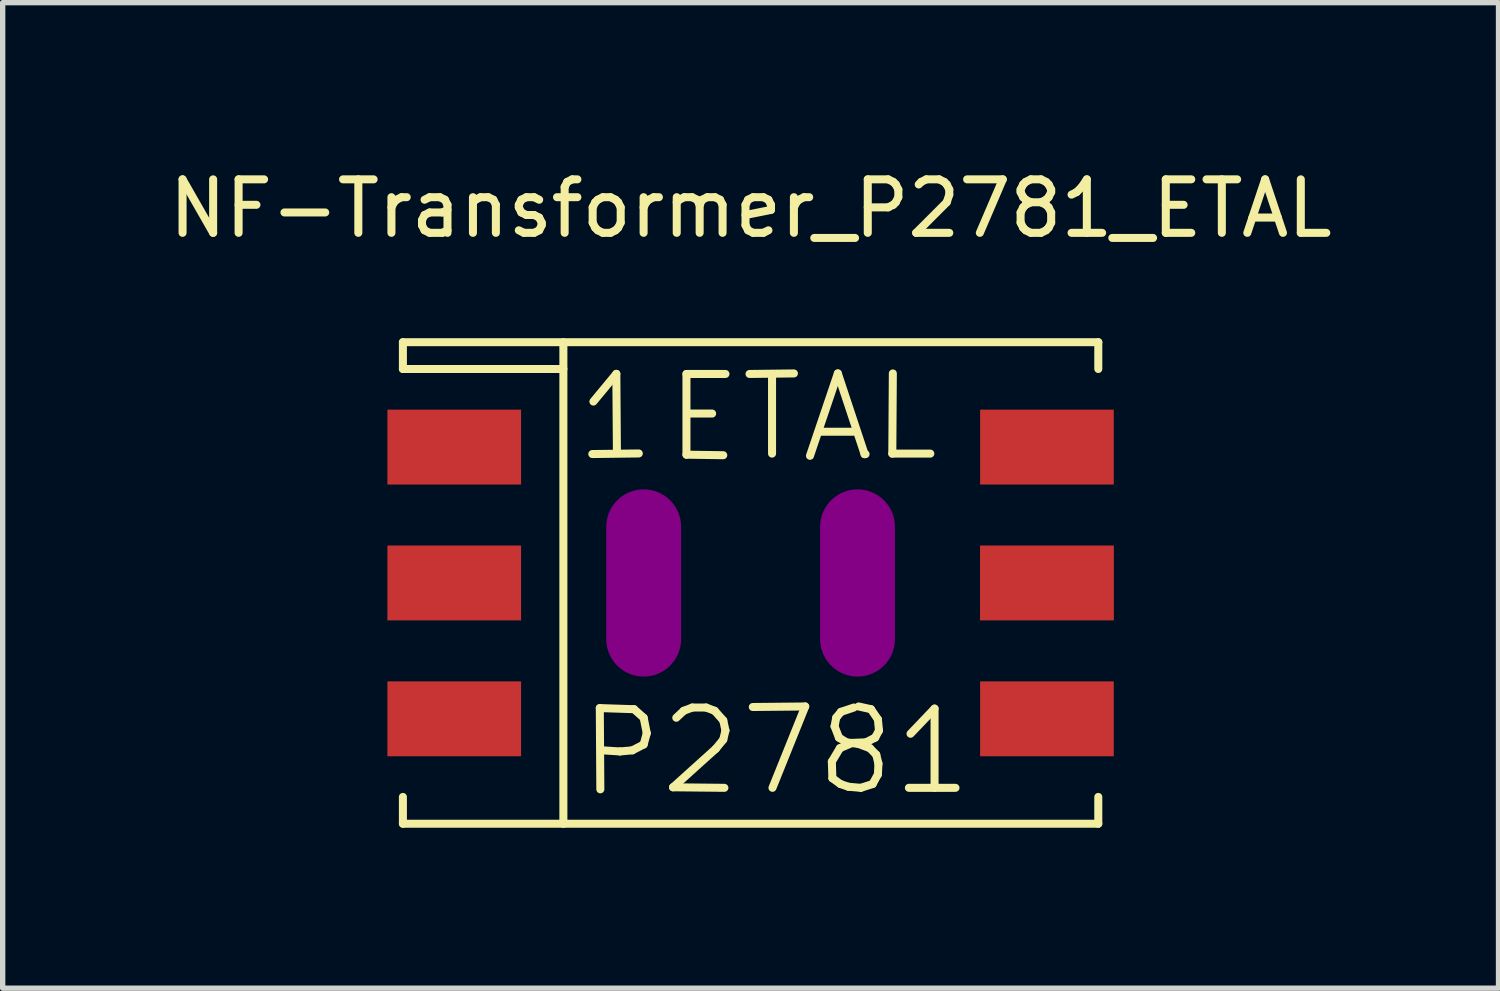
<source format=kicad_pcb>
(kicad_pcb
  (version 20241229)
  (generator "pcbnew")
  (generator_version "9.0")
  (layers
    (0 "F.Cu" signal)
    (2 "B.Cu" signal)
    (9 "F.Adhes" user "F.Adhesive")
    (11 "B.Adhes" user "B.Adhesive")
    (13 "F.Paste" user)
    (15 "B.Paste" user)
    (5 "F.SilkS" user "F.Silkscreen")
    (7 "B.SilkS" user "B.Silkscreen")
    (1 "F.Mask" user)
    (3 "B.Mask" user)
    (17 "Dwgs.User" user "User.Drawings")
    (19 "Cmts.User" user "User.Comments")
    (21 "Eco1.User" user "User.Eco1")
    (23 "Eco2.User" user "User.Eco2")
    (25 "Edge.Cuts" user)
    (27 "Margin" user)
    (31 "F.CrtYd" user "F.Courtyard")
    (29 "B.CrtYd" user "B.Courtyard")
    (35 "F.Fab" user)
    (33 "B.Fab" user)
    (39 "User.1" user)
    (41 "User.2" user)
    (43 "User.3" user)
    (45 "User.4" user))
  (footprint "NF-Transformer_P2781_ETAL"
    (layer "F.Cu")
    (at 10.982 7.848)
    (property "Reference" "NF-Transformer_P2781_ETAL" (at 0 -7 0) (layer "F.SilkS") (effects (font (size 1 1) (thickness 0.15))))
    (attr smd)
    (fp_line (start -6.5 -4.501) (end -6.5 -4) (stroke (width 0.15) (type solid)) (layer "F.SilkS"))
    (fp_line (start -6.5 -4.501) (end 6.5 -4.501) (stroke (width 0.15) (type solid)) (layer "F.SilkS"))
    (fp_line (start -6.5 -4) (end -3.5 -4) (stroke (width 0.15) (type solid)) (layer "F.SilkS"))
    (fp_line (start -6.5 4.501) (end -6.5 4) (stroke (width 0.15) (type solid)) (layer "F.SilkS"))
    (fp_line (start -3.5 -4.501) (end -3.5 4.501) (stroke (width 0.15) (type solid)) (layer "F.SilkS"))
    (fp_line (start -2.959 -2.41) (end -2.09 -2.421) (stroke (width 0.15) (type solid)) (layer "F.SilkS"))
    (fp_line (start -2.939 -3.391) (end -2.51 -3.909) (stroke (width 0.15) (type solid)) (layer "F.SilkS"))
    (fp_line (start -2.819 2.339) (end -2.179 2.36) (stroke (width 0.15) (type solid)) (layer "F.SilkS"))
    (fp_line (start -2.809 3.858) (end -2.819 2.339) (stroke (width 0.15) (type solid)) (layer "F.SilkS"))
    (fp_line (start -2.51 -3.909) (end -2.499 -2.431) (stroke (width 0.15) (type solid)) (layer "F.SilkS"))
    (fp_line (start -2.441 3.15) (end -2.771 3.129) (stroke (width 0.15) (type solid)) (layer "F.SilkS"))
    (fp_line (start -2.21 3.129) (end -2.441 3.15) (stroke (width 0.15) (type solid)) (layer "F.SilkS"))
    (fp_line (start -2.179 2.36) (end -1.999 2.52) (stroke (width 0.15) (type solid)) (layer "F.SilkS"))
    (fp_line (start -1.999 2.52) (end -1.941 2.809) (stroke (width 0.15) (type solid)) (layer "F.SilkS"))
    (fp_line (start -1.999 3.02) (end -2.21 3.129) (stroke (width 0.15) (type solid)) (layer "F.SilkS"))
    (fp_line (start -1.941 2.809) (end -1.999 3.02) (stroke (width 0.15) (type solid)) (layer "F.SilkS"))
    (fp_line (start -1.45 3.82) (end -0.49 3.83) (stroke (width 0.15) (type solid)) (layer "F.SilkS"))
    (fp_line (start -1.389 2.52) (end -1.25 2.39) (stroke (width 0.15) (type solid)) (layer "F.SilkS"))
    (fp_line (start -1.25 2.39) (end -1.09 2.329) (stroke (width 0.15) (type solid)) (layer "F.SilkS"))
    (fp_line (start -1.199 -3.907) (end -1.199 -2.398) (stroke (width 0.15) (type solid)) (layer "F.SilkS"))
    (fp_line (start -1.199 -2.398) (end -0.511 -2.388) (stroke (width 0.15) (type solid)) (layer "F.SilkS"))
    (fp_line (start -1.171 -3.167) (end -0.719 -3.167) (stroke (width 0.15) (type solid)) (layer "F.SilkS"))
    (fp_line (start -1.09 2.329) (end -0.831 2.329) (stroke (width 0.15) (type solid)) (layer "F.SilkS"))
    (fp_line (start -0.831 2.329) (end -0.671 2.39) (stroke (width 0.15) (type solid)) (layer "F.SilkS"))
    (fp_line (start -0.671 2.39) (end -0.511 2.57) (stroke (width 0.15) (type solid)) (layer "F.SilkS"))
    (fp_line (start -0.65 3.099) (end -1.45 3.82) (stroke (width 0.15) (type solid)) (layer "F.SilkS"))
    (fp_line (start -0.511 2.57) (end -0.47 2.758) (stroke (width 0.15) (type solid)) (layer "F.SilkS"))
    (fp_line (start -0.511 2.929) (end -0.65 3.099) (stroke (width 0.15) (type solid)) (layer "F.SilkS"))
    (fp_line (start -0.47 -3.907) (end -1.199 -3.907) (stroke (width 0.15) (type solid)) (layer "F.SilkS"))
    (fp_line (start -0.47 2.758) (end -0.511 2.929) (stroke (width 0.15) (type solid)) (layer "F.SilkS"))
    (fp_line (start -0.02 -3.907) (end 0.81 -3.917) (stroke (width 0.15) (type solid)) (layer "F.SilkS"))
    (fp_line (start 0.041 2.319) (end 1.021 2.309) (stroke (width 0.15) (type solid)) (layer "F.SilkS"))
    (fp_line (start 0.401 -3.886) (end 0.401 -2.418) (stroke (width 0.15) (type solid)) (layer "F.SilkS"))
    (fp_line (start 1.021 2.309) (end 0.409 3.83) (stroke (width 0.15) (type solid)) (layer "F.SilkS"))
    (fp_line (start 1.11 -2.377) (end 1.631 -3.917) (stroke (width 0.15) (type solid)) (layer "F.SilkS"))
    (fp_line (start 1.27 -2.827) (end 1.92 -2.827) (stroke (width 0.15) (type solid)) (layer "F.SilkS"))
    (fp_line (start 1.519 3.34) (end 1.529 3.65) (stroke (width 0.15) (type solid)) (layer "F.SilkS"))
    (fp_line (start 1.529 3.65) (end 1.679 3.759) (stroke (width 0.15) (type solid)) (layer "F.SilkS"))
    (fp_line (start 1.57 2.68) (end 1.6 2.52) (stroke (width 0.15) (type solid)) (layer "F.SilkS"))
    (fp_line (start 1.6 2.52) (end 1.689 2.41) (stroke (width 0.15) (type solid)) (layer "F.SilkS"))
    (fp_line (start 1.631 -3.917) (end 2.131 -2.408) (stroke (width 0.15) (type solid)) (layer "F.SilkS"))
    (fp_line (start 1.651 2.891) (end 1.57 2.68) (stroke (width 0.15) (type solid)) (layer "F.SilkS"))
    (fp_line (start 1.669 3.089) (end 1.519 3.34) (stroke (width 0.15) (type solid)) (layer "F.SilkS"))
    (fp_line (start 1.679 3.759) (end 1.829 3.81) (stroke (width 0.15) (type solid)) (layer "F.SilkS"))
    (fp_line (start 1.689 2.41) (end 1.93 2.329) (stroke (width 0.15) (type solid)) (layer "F.SilkS"))
    (fp_line (start 1.791 2.979) (end 1.651 2.891) (stroke (width 0.15) (type solid)) (layer "F.SilkS"))
    (fp_line (start 1.829 3.81) (end 2.06 3.83) (stroke (width 0.15) (type solid)) (layer "F.SilkS"))
    (fp_line (start 1.9 2.99) (end 1.669 3.089) (stroke (width 0.15) (type solid)) (layer "F.SilkS"))
    (fp_line (start 2.019 2.309) (end 2.25 2.36) (stroke (width 0.15) (type solid)) (layer "F.SilkS"))
    (fp_line (start 2.019 3.01) (end 1.791 2.979) (stroke (width 0.15) (type solid)) (layer "F.SilkS"))
    (fp_line (start 2.06 3.83) (end 2.281 3.759) (stroke (width 0.15) (type solid)) (layer "F.SilkS"))
    (fp_line (start 2.131 -2.408) (end 2.149 -2.408) (stroke (width 0.15) (type solid)) (layer "F.SilkS"))
    (fp_line (start 2.159 2.979) (end 1.9 2.99) (stroke (width 0.15) (type solid)) (layer "F.SilkS"))
    (fp_line (start 2.23 3.089) (end 2.019 3.01) (stroke (width 0.15) (type solid)) (layer "F.SilkS"))
    (fp_line (start 2.25 2.36) (end 2.38 2.55) (stroke (width 0.15) (type solid)) (layer "F.SilkS"))
    (fp_line (start 2.281 3.759) (end 2.38 3.579) (stroke (width 0.15) (type solid)) (layer "F.SilkS"))
    (fp_line (start 2.329 2.891) (end 2.159 2.979) (stroke (width 0.15) (type solid)) (layer "F.SilkS"))
    (fp_line (start 2.349 3.211) (end 2.23 3.089) (stroke (width 0.15) (type solid)) (layer "F.SilkS"))
    (fp_line (start 2.38 2.55) (end 2.4 2.758) (stroke (width 0.15) (type solid)) (layer "F.SilkS"))
    (fp_line (start 2.38 3.579) (end 2.39 3.378) (stroke (width 0.15) (type solid)) (layer "F.SilkS"))
    (fp_line (start 2.39 3.378) (end 2.349 3.211) (stroke (width 0.15) (type solid)) (layer "F.SilkS"))
    (fp_line (start 2.4 2.758) (end 2.329 2.891) (stroke (width 0.15) (type solid)) (layer "F.SilkS"))
    (fp_line (start 2.649 -2.418) (end 3.36 -2.418) (stroke (width 0.15) (type solid)) (layer "F.SilkS"))
    (fp_line (start 2.659 -3.917) (end 2.649 -2.418) (stroke (width 0.15) (type solid)) (layer "F.SilkS"))
    (fp_line (start 2.959 3.83) (end 3.83 3.83) (stroke (width 0.15) (type solid)) (layer "F.SilkS"))
    (fp_line (start 2.99 2.819) (end 3.439 2.349) (stroke (width 0.15) (type solid)) (layer "F.SilkS"))
    (fp_line (start 3.439 2.349) (end 3.439 3.83) (stroke (width 0.15) (type solid)) (layer "F.SilkS"))
    (fp_line (start 6.5 -4.501) (end 6.5 -4) (stroke (width 0.15) (type solid)) (layer "F.SilkS"))
    (fp_line (start 6.5 4.501) (end -6.5 4.501) (stroke (width 0.15) (type solid)) (layer "F.SilkS"))
    (fp_line (start 6.5 4.501) (end 6.5 4) (stroke (width 0.15) (type solid)) (layer "F.SilkS"))
    (pad "" smd oval (at -1.999 0 90) (size 3.5 1.4) (layers "F.Adhes"))
    (pad "" smd oval (at 1.999 0 90) (size 3.5 1.4) (layers "F.Adhes"))
    (pad "1" smd rect (at -5.54 -2.54) (size 2.499 1.4) (layers "F.Cu" "F.Mask" "F.Paste"))
    (pad "2" smd rect (at -5.54 0) (size 2.499 1.4) (layers "F.Cu" "F.Mask" "F.Paste"))
    (pad "3" smd rect (at -5.54 2.54) (size 2.499 1.4) (layers "F.Cu" "F.Mask" "F.Paste"))
    (pad "4" smd rect (at 5.54 2.54) (size 2.499 1.4) (layers "F.Cu" "F.Mask" "F.Paste"))
    (pad "5" smd rect (at 5.54 0) (size 2.502 1.4) (layers "F.Cu" "F.Mask" "F.Paste"))
    (pad "6" smd rect (at 5.54 -2.54) (size 2.499 1.4) (layers "F.Cu" "F.Mask" "F.Paste")))
  (gr_rect
    (start -3 -3)
    (end 24.964 15.424)
    (stroke (width 0.1) (type default))
    (fill no)
    (layer "Edge.Cuts")))
</source>
